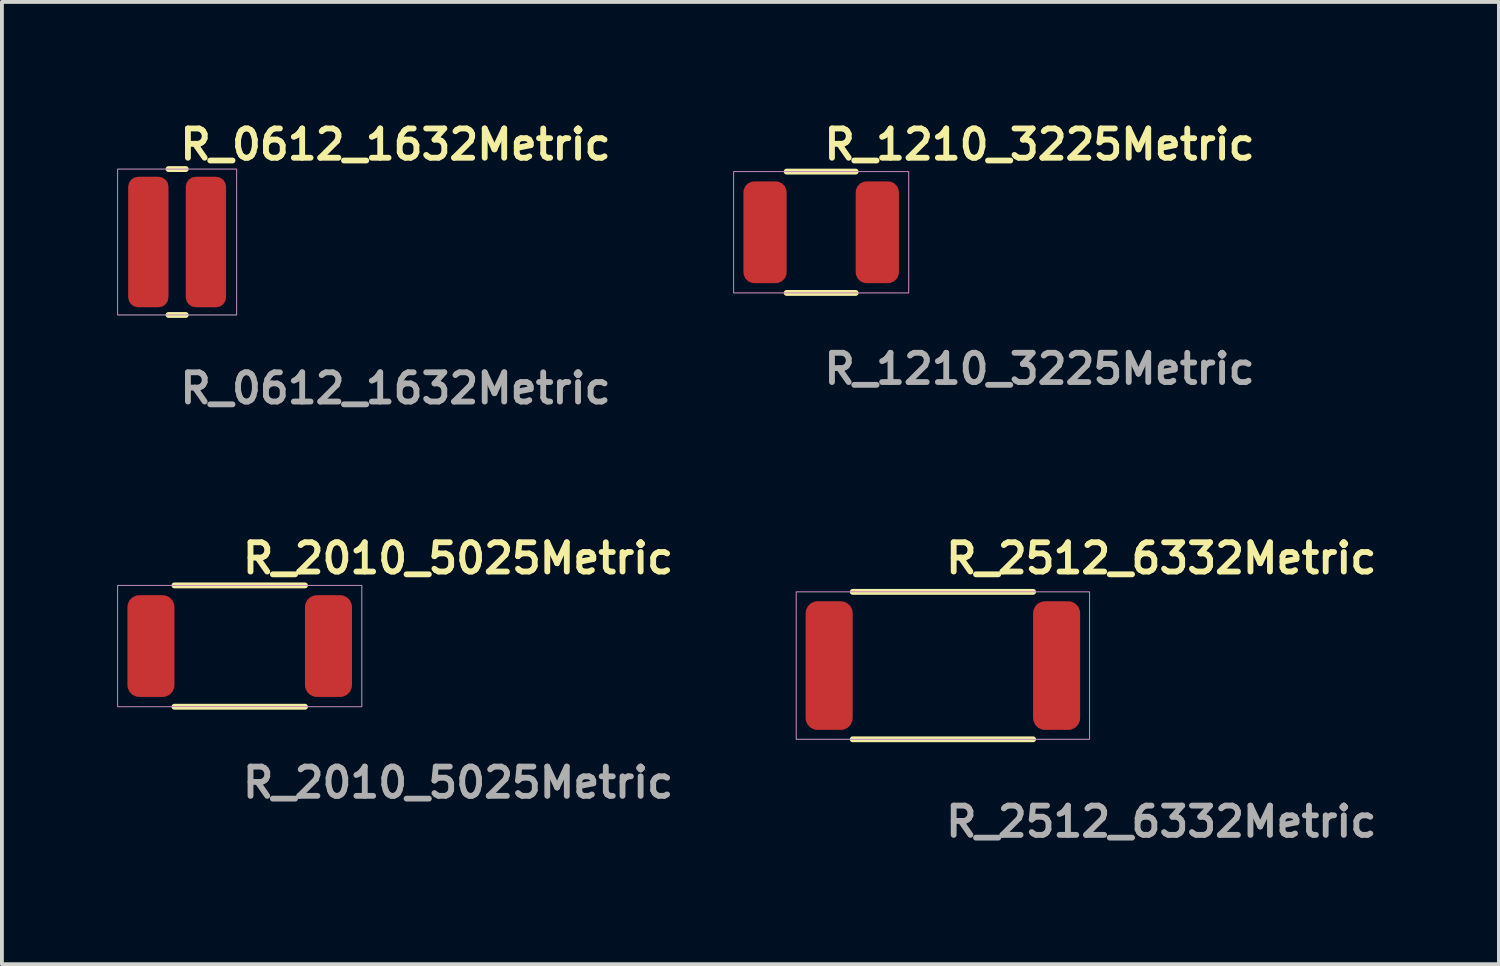
<source format=kicad_pcb>
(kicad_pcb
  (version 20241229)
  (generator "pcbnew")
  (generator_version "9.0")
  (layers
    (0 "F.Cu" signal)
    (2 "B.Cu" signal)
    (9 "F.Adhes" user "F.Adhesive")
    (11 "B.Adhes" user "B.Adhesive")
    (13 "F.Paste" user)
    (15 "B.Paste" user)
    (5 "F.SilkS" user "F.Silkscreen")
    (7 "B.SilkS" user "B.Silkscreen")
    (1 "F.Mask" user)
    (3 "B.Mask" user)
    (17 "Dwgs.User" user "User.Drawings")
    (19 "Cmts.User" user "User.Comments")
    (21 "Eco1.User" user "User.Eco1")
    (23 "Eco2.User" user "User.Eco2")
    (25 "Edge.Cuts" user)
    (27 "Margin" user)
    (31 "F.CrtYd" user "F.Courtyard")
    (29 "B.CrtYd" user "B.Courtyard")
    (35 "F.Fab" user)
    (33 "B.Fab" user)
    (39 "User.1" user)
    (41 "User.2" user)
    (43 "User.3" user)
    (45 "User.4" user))
  (footprint "R_1210_3225Metric"
    (layer "F.Cu")
    (at 18.336 2.999)
    (property "Reference" "R_1210_3225Metric" (at 0 -2.286 0) (unlocked yes) (layer "F.SilkS") (effects (font (size 0.762 0.762) (thickness 0.152)) (justify left)))
    (fp_line (start 0.899 -1.58) (end -0.899 -1.58) (stroke (width 0.152) (type solid)) (layer "F.SilkS"))
    (fp_line (start 0.899 1.58) (end -0.899 1.58) (stroke (width 0.152) (type solid)) (layer "F.SilkS"))
    (fp_rect (start -2.28 -1.58) (end 2.28 1.58) (stroke (width 0.006) (type solid)) (fill no) (layer "F.CrtYd"))
    (fp_rect (start -2.28 -1.58) (end 2.28 1.58) (stroke (width 0.025) (type default)) (fill no) (layer "F.Fab"))
    (fp_text user "${REFERENCE}" (at 0 3.556 0) (unlocked yes) (layer "F.Fab") (effects (font (size 0.762 0.762) (thickness 0.152)) (justify left)))
    (pad "1" smd roundrect (at -1.462 0) (size 1.125 2.65) (layers "F.Cu" "F.Mask" "F.Paste") (roundrect_rratio 0.25))
    (pad "2" smd roundrect (at 1.462 0) (size 1.125 2.65) (layers "F.Cu" "F.Mask" "F.Paste") (roundrect_rratio 0.25)))
  (footprint "R_2512_6332Metric"
    (layer "F.Cu")
    (at 21.506 14.284)
    (property "Reference" "R_2512_6332Metric" (at 0 -2.794 0) (unlocked yes) (layer "F.SilkS") (effects (font (size 0.762 0.762) (thickness 0.152)) (justify left)))
    (fp_line (start 2.349 -1.92) (end -2.349 -1.92) (stroke (width 0.152) (type solid)) (layer "F.SilkS"))
    (fp_line (start 2.349 1.92) (end -2.349 1.92) (stroke (width 0.152) (type solid)) (layer "F.SilkS"))
    (fp_rect (start -3.82 -1.92) (end 3.82 1.92) (stroke (width 0.006) (type solid)) (fill no) (layer "F.CrtYd"))
    (fp_rect (start -3.82 -1.92) (end 3.82 1.92) (stroke (width 0.025) (type default)) (fill no) (layer "F.Fab"))
    (fp_text user "${REFERENCE}" (at 0 4.064 0) (unlocked yes) (layer "F.Fab") (effects (font (size 0.762 0.762) (thickness 0.152)) (justify left)))
    (pad "1" smd roundrect (at -2.962 0) (size 1.225 3.35) (layers "F.Cu" "F.Mask" "F.Paste") (roundrect_rratio 0.25))
    (pad "2" smd roundrect (at 2.962 0) (size 1.225 3.35) (layers "F.Cu" "F.Mask" "F.Paste") (roundrect_rratio 0.25)))
  (footprint "R_2010_5025Metric"
    (layer "F.Cu")
    (at 3.193 13.776)
    (property "Reference" "R_2010_5025Metric" (at 0 -2.286 0) (unlocked yes) (layer "F.SilkS") (effects (font (size 0.762 0.762) (thickness 0.152)) (justify left)))
    (fp_line (start 1.7 -1.58) (end -1.7 -1.58) (stroke (width 0.152) (type solid)) (layer "F.SilkS"))
    (fp_line (start 1.7 1.58) (end -1.7 1.58) (stroke (width 0.152) (type solid)) (layer "F.SilkS"))
    (fp_rect (start -3.18 -1.58) (end 3.18 1.58) (stroke (width 0.006) (type solid)) (fill no) (layer "F.CrtYd"))
    (fp_rect (start -3.18 -1.58) (end 3.18 1.58) (stroke (width 0.025) (type default)) (fill no) (layer "F.Fab"))
    (fp_text user "${REFERENCE}" (at 0 3.556 0) (unlocked yes) (layer "F.Fab") (effects (font (size 0.762 0.762) (thickness 0.152)) (justify left)))
    (pad "1" smd roundrect (at -2.312 0) (size 1.225 2.65) (layers "F.Cu" "F.Mask" "F.Paste") (roundrect_rratio 0.25))
    (pad "2" smd roundrect (at 2.312 0) (size 1.225 2.65) (layers "F.Cu" "F.Mask" "F.Paste") (roundrect_rratio 0.25)))
  (footprint "R_0612_1632Metric"
    (layer "F.Cu")
    (at 1.563 3.253)
    (property "Reference" "R_0612_1632Metric" (at 0 -2.54 0) (unlocked yes) (layer "F.SilkS") (effects (font (size 0.762 0.762) (thickness 0.152)) (justify left)))
    (fp_line (start 0.225 -1.9) (end -0.225 -1.9) (stroke (width 0.152) (type solid)) (layer "F.SilkS"))
    (fp_line (start 0.225 1.9) (end -0.225 1.9) (stroke (width 0.152) (type solid)) (layer "F.SilkS"))
    (fp_rect (start -1.55 -1.9) (end 1.55 1.9) (stroke (width 0.006) (type solid)) (fill no) (layer "F.CrtYd"))
    (fp_rect (start -1.55 -1.9) (end 1.55 1.9) (stroke (width 0.025) (type default)) (fill no) (layer "F.Fab"))
    (fp_text user "${REFERENCE}" (at 0 3.81 0) (unlocked yes) (layer "F.Fab") (effects (font (size 0.762 0.762) (thickness 0.152)) (justify left)))
    (pad "1" smd roundrect (at -0.75 0) (size 1.05 3.4) (layers "F.Cu" "F.Mask" "F.Paste") (roundrect_rratio 0.25))
    (pad "2" smd roundrect (at 0.75 0) (size 1.05 3.4) (layers "F.Cu" "F.Mask" "F.Paste") (roundrect_rratio 0.25)))
  (gr_rect
    (start -3 -3)
    (end 35.987 22.061)
    (stroke (width 0.1) (type default))
    (fill no)
    (layer "Edge.Cuts")))
</source>
